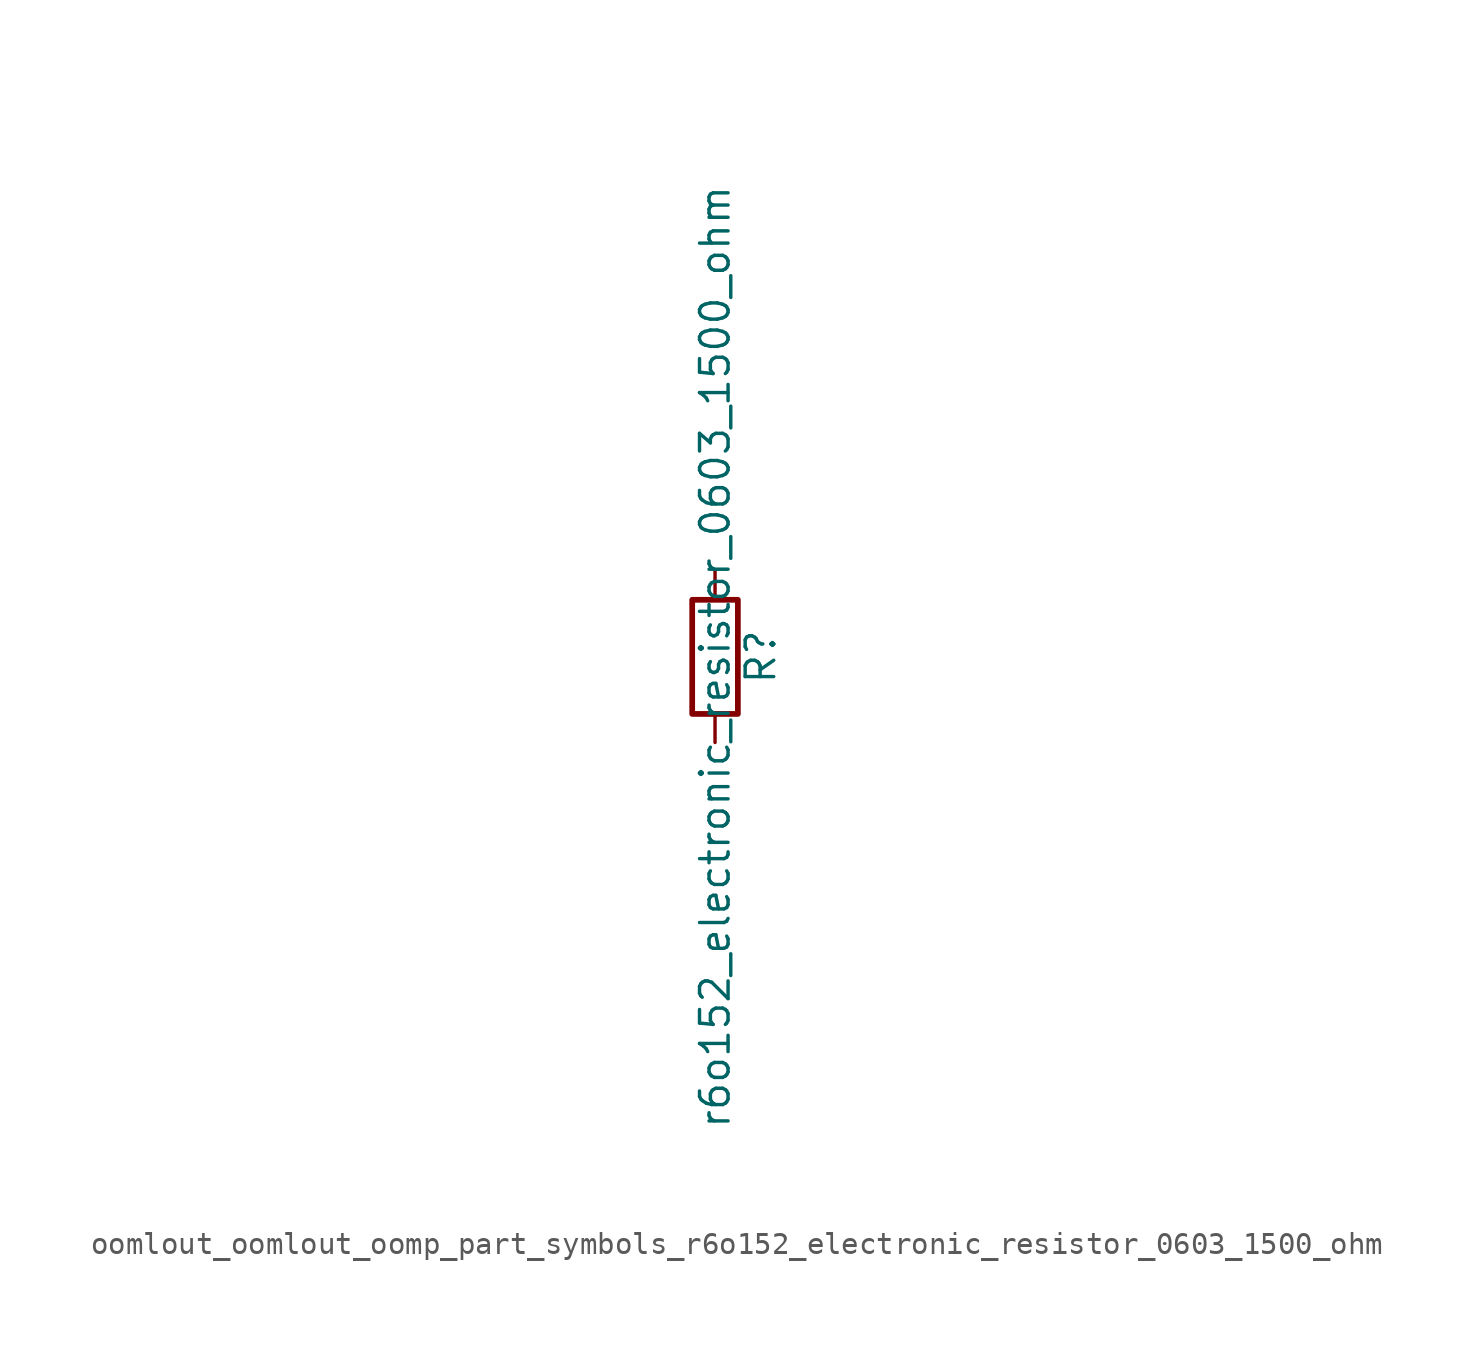
<source format=kicad_sym>
(kicad_symbol_lib
  (version 20220914)
  (generator kicad_symbol_editor)
  (symbol "oomlout_oomlout_oomp_part_symbols_r6o152_electronic_resistor_0603_1500_ohm"
    (pin_numbers hide)
    (pin_names
      (offset 0))
    (property "Reference" "R"
      (at 2.032 0 90)
      (effects (font (size 1.27 1.27))))
    (property "Value" "r6o152_electronic_resistor_0603_1500_ohm"
      (at 0 0 90)
      (effects (font (size 1.27 1.27))))
    (symbol "oomlout_oomlout_oomp_part_symbols_r6o152_electronic_resistor_0603_1500_ohm_0_1"
      (rectangle (start -1.016 -2.54) (end 1.016 2.54) (stroke (width 0.254) (type default)) (fill (type none))))
    (symbol "oomlout_oomlout_oomp_part_symbols_r6o152_electronic_resistor_0603_1500_ohm_1_1"
      (pin passive line (at 0 3.81 270) (length 1.27) (name "~" (effects (font (size 1.27 1.27)))) (number "1" (effects (font (size 1.27 1.27)))))
      (pin passive line (at 0 -3.81 90) (length 1.27) (name "~" (effects (font (size 1.27 1.27)))) (number "2" (effects (font (size 1.27 1.27))))))))
</source>
